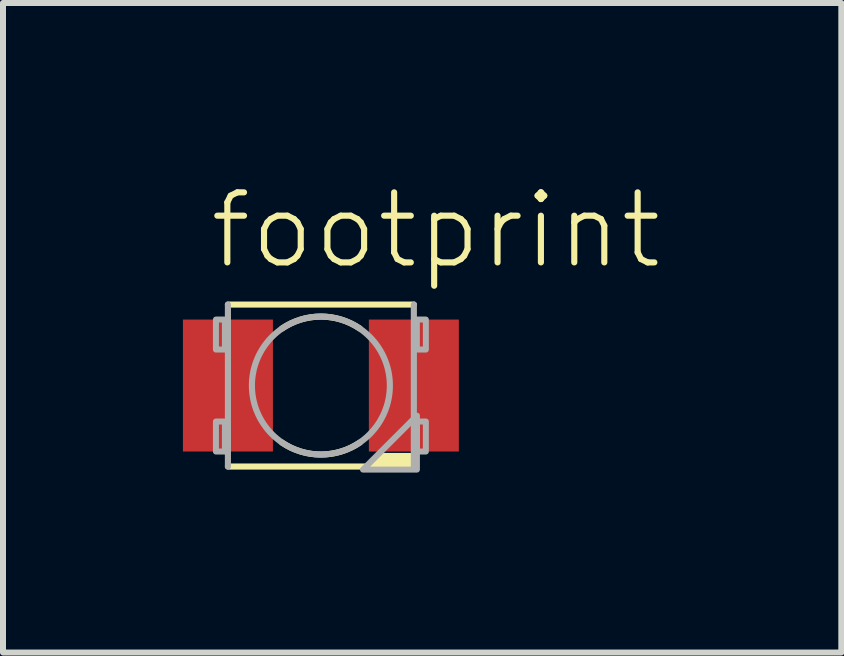
<source format=kicad_pcb>
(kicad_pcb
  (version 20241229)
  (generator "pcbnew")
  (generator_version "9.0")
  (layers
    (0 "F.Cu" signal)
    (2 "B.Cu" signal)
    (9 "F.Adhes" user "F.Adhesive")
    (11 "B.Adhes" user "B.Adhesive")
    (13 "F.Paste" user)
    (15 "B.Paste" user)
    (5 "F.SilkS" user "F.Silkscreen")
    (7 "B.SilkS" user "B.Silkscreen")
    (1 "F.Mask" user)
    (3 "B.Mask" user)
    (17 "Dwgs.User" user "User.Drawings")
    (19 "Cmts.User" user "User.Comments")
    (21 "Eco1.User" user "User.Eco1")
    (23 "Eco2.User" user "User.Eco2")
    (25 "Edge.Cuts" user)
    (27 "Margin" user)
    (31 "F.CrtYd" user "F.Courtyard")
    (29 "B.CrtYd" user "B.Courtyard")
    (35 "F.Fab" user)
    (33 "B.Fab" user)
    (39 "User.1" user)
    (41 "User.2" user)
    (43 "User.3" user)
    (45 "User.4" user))
  (footprint "footprint"
    (layer "F.Cu")
    (at 2.3 3.378)
    (property "Reference" "footprint" (at -1.905 -1.905 0) (layer "F.SilkS") (effects (font (size 1.168 1.168) (thickness 0.102)) (justify left bottom)))
    (fp_line (start -1.55 -1.35) (end 1.55 -1.35) (stroke (width 0.102) (type solid)) (layer "F.SilkS"))
    (fp_line (start 1.55 1.35) (end -1.55 1.35) (stroke (width 0.102) (type solid)) (layer "F.SilkS"))
    (fp_arc (start -0.65 -0.95) (mid 0 -1.149991) (end 0.65 -0.95) (stroke (width 0.1016) (type solid)) (layer "F.SilkS"))
    (fp_arc (start 0.65 0.95) (mid 0 1.149991) (end -0.65 0.95) (stroke (width 0.1016) (type solid)) (layer "F.SilkS"))
    (fp_poly (pts (xy 1.601 1.401) (xy 0.702 1.401) (xy 0.979 1.124) (xy 1.601 1.124)) (stroke (width 0) (type solid)) (fill yes) (layer "F.SilkS"))
    (fp_line (start -1.55 1.35) (end -1.55 -1.35) (stroke (width 0.102) (type solid)) (layer "F.Fab"))
    (fp_line (start 1.55 -1.35) (end 1.55 1.35) (stroke (width 0.102) (type solid)) (layer "F.Fab"))
    (fp_circle (center 0 0) (end 1.15 0) (stroke (width 0.102) (type solid)) (fill no) (layer "F.Fab"))
    (fp_poly (pts (xy 1.601 1.401) (xy 0.702 1.401) (xy 1.601 0.502)) (stroke (width 0.1) (type solid)) (fill no) (layer "F.Fab"))
    (fp_poly (pts (xy -1.75 -0.6) (xy -1.6 -0.6) (xy -1.6 -1.1) (xy -1.75 -1.1)) (stroke (width 0.1) (type solid)) (fill no) (layer "F.Fab"))
    (fp_poly (pts (xy -1.75 1.1) (xy -1.6 1.1) (xy -1.6 0.6) (xy -1.75 0.6)) (stroke (width 0.1) (type solid)) (fill no) (layer "F.Fab"))
    (fp_poly (pts (xy 1.75 -1.1) (xy 1.6 -1.1) (xy 1.6 -0.6) (xy 1.75 -0.6)) (stroke (width 0.1) (type solid)) (fill no) (layer "F.Fab"))
    (fp_poly (pts (xy 1.75 0.6) (xy 1.6 0.6) (xy 1.6 1.1) (xy 1.75 1.1)) (stroke (width 0.1) (type solid)) (fill no) (layer "F.Fab"))
    (pad "A" smd rect (at -1.55 0) (size 1.5 2.2) (layers "F.Cu" "F.Mask" "F.Paste"))
    (pad "C" smd rect (at 1.55 0) (size 1.5 2.2) (layers "F.Cu" "F.Mask" "F.Paste")))
  (gr_rect
    (start -3 -3)
    (end 10.977 7.829)
    (stroke (width 0.1) (type default))
    (fill no)
    (layer "Edge.Cuts")))
</source>
